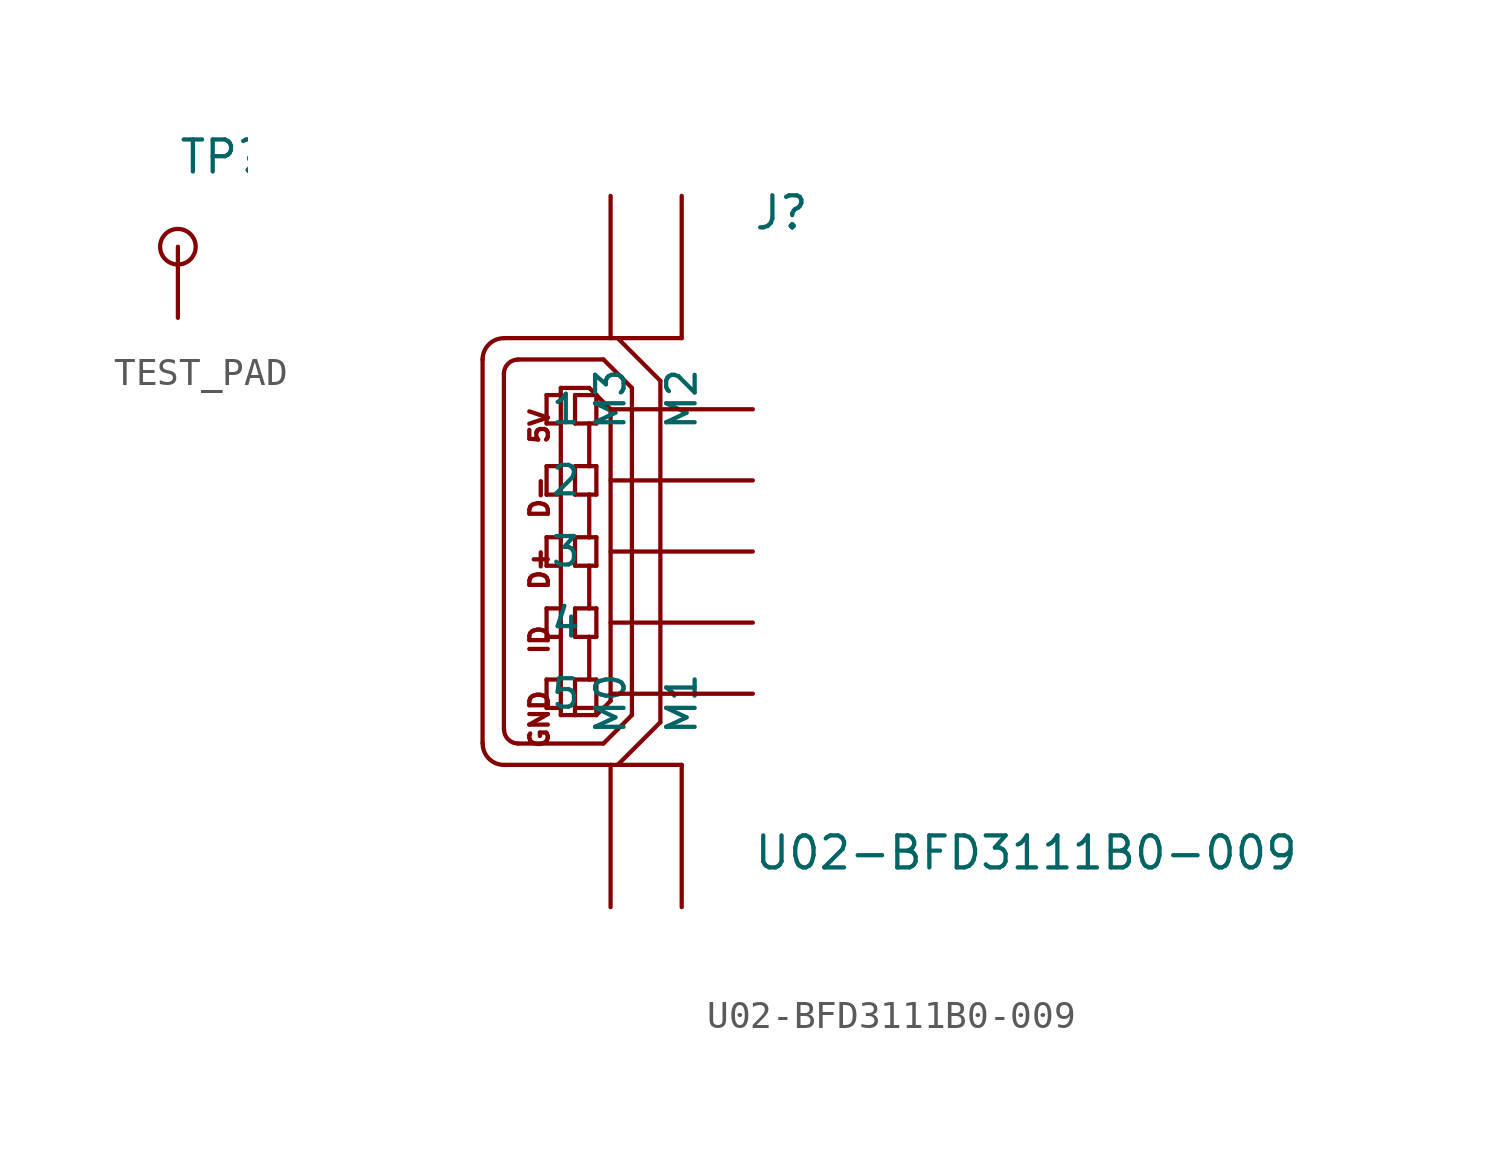
<source format=kicad_sym>
(kicad_symbol_lib
  (version 20211014)
  (generator kicad_symbol_editor)
  (symbol "TEST_PAD"
    (pin_numbers hide)
    (pin_names
      (offset 1.016) hide)
    (property "Reference" "TP"
      (at 0 5.08 0)
      (effects (font (size 1.143 1.143)) (justify left bottom)))
    (property "ki_locked" ""
      (at 0 0 0)
      (effects (font (size 1.27 1.27))))
    (symbol "TEST_PAD_1_1"
      (circle (center 0 2.54) (radius 0.635) (stroke (width 0) (type default) (color 0 0 0 0)) (fill (type none)))
      (pin passive line (at 0 0 90) (length 2.54) (name "PP" (effects (font (size 1.016 1.016)))) (number "1" (effects (font (size 1.016 1.016)))))))
  (symbol "U02-BFD3111B0-009"
    (pin_numbers hide)
    (pin_names
      (offset 1.016))
    (property "Reference" "J"
      (at 5.08 11.43 0)
      (effects (font (size 1.143 1.143)) (justify left bottom)))
    (property "Value" "U02-BFD3111B0-009"
      (at 5.08 -11.43 0)
      (effects (font (size 1.143 1.143)) (justify left bottom)))
    (property "ki_locked" ""
      (at 0 0 0)
      (effects (font (size 1.27 1.27))))
    (symbol "U02-BFD3111B0-009_1_0"
      (polyline (pts (xy -4.572 6.858) (xy -4.572 -6.858)) (stroke (width 0) (type default) (color 0 0 0 0)) (fill (type none)))
      (polyline (pts (xy -3.81 -7.62) (xy 0.254 -7.62)) (stroke (width 0) (type default) (color 0 0 0 0)) (fill (type none)))
      (polyline (pts (xy -3.81 6.35) (xy -3.81 -6.35)) (stroke (width 0) (type default) (color 0 0 0 0)) (fill (type none)))
      (polyline (pts (xy -3.302 -6.858) (xy -0.254 -6.858)) (stroke (width 0) (type default) (color 0 0 0 0)) (fill (type none)))
      (polyline (pts (xy -2.286 -5.588) (xy -1.778 -5.588)) (stroke (width 0) (type default) (color 0 0 0 0)) (fill (type none)))
      (polyline (pts (xy -2.286 -4.572) (xy -2.286 -5.588)) (stroke (width 0) (type default) (color 0 0 0 0)) (fill (type none)))
      (polyline (pts (xy -2.286 -3.048) (xy -1.778 -3.048)) (stroke (width 0) (type default) (color 0 0 0 0)) (fill (type none)))
      (polyline (pts (xy -2.286 -2.032) (xy -2.286 -3.048)) (stroke (width 0) (type default) (color 0 0 0 0)) (fill (type none)))
      (polyline (pts (xy -2.286 -0.508) (xy -1.778 -0.508)) (stroke (width 0) (type default) (color 0 0 0 0)) (fill (type none)))
      (polyline (pts (xy -2.286 0.508) (xy -2.286 -0.508)) (stroke (width 0) (type default) (color 0 0 0 0)) (fill (type none)))
      (polyline (pts (xy -2.286 2.032) (xy -1.778 2.032)) (stroke (width 0) (type default) (color 0 0 0 0)) (fill (type none)))
      (polyline (pts (xy -2.286 3.048) (xy -2.286 2.032)) (stroke (width 0) (type default) (color 0 0 0 0)) (fill (type none)))
      (polyline (pts (xy -2.286 4.572) (xy -1.778 4.572)) (stroke (width 0) (type default) (color 0 0 0 0)) (fill (type none)))
      (polyline (pts (xy -2.286 5.588) (xy -2.286 4.572)) (stroke (width 0) (type default) (color 0 0 0 0)) (fill (type none)))
      (polyline (pts (xy -1.778 -5.842) (xy -1.778 -5.588)) (stroke (width 0) (type default) (color 0 0 0 0)) (fill (type none)))
      (polyline (pts (xy -1.778 -5.588) (xy -1.778 -4.572)) (stroke (width 0) (type default) (color 0 0 0 0)) (fill (type none)))
      (polyline (pts (xy -1.778 -4.572) (xy -2.286 -4.572)) (stroke (width 0) (type default) (color 0 0 0 0)) (fill (type none)))
      (polyline (pts (xy -1.778 -4.572) (xy -1.778 -3.048)) (stroke (width 0) (type default) (color 0 0 0 0)) (fill (type none)))
      (polyline (pts (xy -1.778 -3.048) (xy -1.778 -2.032)) (stroke (width 0) (type default) (color 0 0 0 0)) (fill (type none)))
      (polyline (pts (xy -1.778 -2.032) (xy -2.286 -2.032)) (stroke (width 0) (type default) (color 0 0 0 0)) (fill (type none)))
      (polyline (pts (xy -1.778 -2.032) (xy -1.778 -0.508)) (stroke (width 0) (type default) (color 0 0 0 0)) (fill (type none)))
      (polyline (pts (xy -1.778 -0.508) (xy -1.778 0.508)) (stroke (width 0) (type default) (color 0 0 0 0)) (fill (type none)))
      (polyline (pts (xy -1.778 0.508) (xy -2.286 0.508)) (stroke (width 0) (type default) (color 0 0 0 0)) (fill (type none)))
      (polyline (pts (xy -1.778 0.508) (xy -1.778 2.032)) (stroke (width 0) (type default) (color 0 0 0 0)) (fill (type none)))
      (polyline (pts (xy -1.778 2.032) (xy -1.778 3.048)) (stroke (width 0) (type default) (color 0 0 0 0)) (fill (type none)))
      (polyline (pts (xy -1.778 3.048) (xy -2.286 3.048)) (stroke (width 0) (type default) (color 0 0 0 0)) (fill (type none)))
      (polyline (pts (xy -1.778 3.048) (xy -1.778 4.572)) (stroke (width 0) (type default) (color 0 0 0 0)) (fill (type none)))
      (polyline (pts (xy -1.778 4.572) (xy -1.778 5.588)) (stroke (width 0) (type default) (color 0 0 0 0)) (fill (type none)))
      (polyline (pts (xy -1.778 5.588) (xy -2.286 5.588)) (stroke (width 0) (type default) (color 0 0 0 0)) (fill (type none)))
      (polyline (pts (xy -1.778 5.588) (xy -1.778 5.842)) (stroke (width 0) (type default) (color 0 0 0 0)) (fill (type none)))
      (polyline (pts (xy -1.778 5.842) (xy -0.762 5.842)) (stroke (width 0) (type default) (color 0 0 0 0)) (fill (type none)))
      (polyline (pts (xy -1.27 -5.842) (xy -1.778 -5.842)) (stroke (width 0) (type default) (color 0 0 0 0)) (fill (type none)))
      (polyline (pts (xy -1.27 -5.842) (xy -1.27 -5.588)) (stroke (width 0) (type default) (color 0 0 0 0)) (fill (type none)))
      (polyline (pts (xy -1.27 -5.588) (xy -1.27 -4.572)) (stroke (width 0) (type default) (color 0 0 0 0)) (fill (type none)))
      (polyline (pts (xy -1.27 -5.588) (xy -0.508 -5.588)) (stroke (width 0) (type default) (color 0 0 0 0)) (fill (type none)))
      (polyline (pts (xy -1.27 -4.572) (xy -0.762 -4.572)) (stroke (width 0) (type default) (color 0 0 0 0)) (fill (type none)))
      (polyline (pts (xy -1.27 -3.048) (xy -1.27 -2.032)) (stroke (width 0) (type default) (color 0 0 0 0)) (fill (type none)))
      (polyline (pts (xy -1.27 -2.032) (xy -0.762 -2.032)) (stroke (width 0) (type default) (color 0 0 0 0)) (fill (type none)))
      (polyline (pts (xy -1.27 -0.508) (xy -1.27 0.508)) (stroke (width 0) (type default) (color 0 0 0 0)) (fill (type none)))
      (polyline (pts (xy -1.27 0.508) (xy -0.762 0.508)) (stroke (width 0) (type default) (color 0 0 0 0)) (fill (type none)))
      (polyline (pts (xy -1.27 2.032) (xy -1.27 3.048)) (stroke (width 0) (type default) (color 0 0 0 0)) (fill (type none)))
      (polyline (pts (xy -1.27 3.048) (xy -0.762 3.048)) (stroke (width 0) (type default) (color 0 0 0 0)) (fill (type none)))
      (polyline (pts (xy -1.27 4.572) (xy -1.27 5.588)) (stroke (width 0) (type default) (color 0 0 0 0)) (fill (type none)))
      (polyline (pts (xy -1.27 5.588) (xy -0.508 5.588)) (stroke (width 0) (type default) (color 0 0 0 0)) (fill (type none)))
      (polyline (pts (xy -0.762 -4.572) (xy -0.508 -4.572)) (stroke (width 0) (type default) (color 0 0 0 0)) (fill (type none)))
      (polyline (pts (xy -0.762 -3.048) (xy -1.27 -3.048)) (stroke (width 0) (type default) (color 0 0 0 0)) (fill (type none)))
      (polyline (pts (xy -0.762 -3.048) (xy -0.762 -4.572)) (stroke (width 0) (type default) (color 0 0 0 0)) (fill (type none)))
      (polyline (pts (xy -0.762 -2.032) (xy -0.508 -2.032)) (stroke (width 0) (type default) (color 0 0 0 0)) (fill (type none)))
      (polyline (pts (xy -0.762 -0.508) (xy -1.27 -0.508)) (stroke (width 0) (type default) (color 0 0 0 0)) (fill (type none)))
      (polyline (pts (xy -0.762 -0.508) (xy -0.762 -2.032)) (stroke (width 0) (type default) (color 0 0 0 0)) (fill (type none)))
      (polyline (pts (xy -0.762 0.508) (xy -0.508 0.508)) (stroke (width 0) (type default) (color 0 0 0 0)) (fill (type none)))
      (polyline (pts (xy -0.762 2.032) (xy -1.27 2.032)) (stroke (width 0) (type default) (color 0 0 0 0)) (fill (type none)))
      (polyline (pts (xy -0.762 2.032) (xy -0.762 0.508)) (stroke (width 0) (type default) (color 0 0 0 0)) (fill (type none)))
      (polyline (pts (xy -0.762 3.048) (xy -0.508 3.048)) (stroke (width 0) (type default) (color 0 0 0 0)) (fill (type none)))
      (polyline (pts (xy -0.762 4.572) (xy -1.27 4.572)) (stroke (width 0) (type default) (color 0 0 0 0)) (fill (type none)))
      (polyline (pts (xy -0.762 4.572) (xy -0.762 3.048)) (stroke (width 0) (type default) (color 0 0 0 0)) (fill (type none)))
      (polyline (pts (xy -0.762 5.842) (xy -0.508 5.588)) (stroke (width 0) (type default) (color 0 0 0 0)) (fill (type none)))
      (polyline (pts (xy -0.508 -5.842) (xy -1.27 -5.842)) (stroke (width 0) (type default) (color 0 0 0 0)) (fill (type none)))
      (polyline (pts (xy -0.508 -5.588) (xy -0.508 -5.842)) (stroke (width 0) (type default) (color 0 0 0 0)) (fill (type none)))
      (polyline (pts (xy -0.508 -4.572) (xy -0.508 -5.588)) (stroke (width 0) (type default) (color 0 0 0 0)) (fill (type none)))
      (polyline (pts (xy -0.508 -3.048) (xy -0.762 -3.048)) (stroke (width 0) (type default) (color 0 0 0 0)) (fill (type none)))
      (polyline (pts (xy -0.508 -2.032) (xy -0.508 -3.048)) (stroke (width 0) (type default) (color 0 0 0 0)) (fill (type none)))
      (polyline (pts (xy -0.508 -0.508) (xy -0.762 -0.508)) (stroke (width 0) (type default) (color 0 0 0 0)) (fill (type none)))
      (polyline (pts (xy -0.508 0.508) (xy -0.508 -0.508)) (stroke (width 0) (type default) (color 0 0 0 0)) (fill (type none)))
      (polyline (pts (xy -0.508 2.032) (xy -0.762 2.032)) (stroke (width 0) (type default) (color 0 0 0 0)) (fill (type none)))
      (polyline (pts (xy -0.508 3.048) (xy -0.508 2.032)) (stroke (width 0) (type default) (color 0 0 0 0)) (fill (type none)))
      (polyline (pts (xy -0.508 4.572) (xy -0.762 4.572)) (stroke (width 0) (type default) (color 0 0 0 0)) (fill (type none)))
      (polyline (pts (xy -0.508 5.588) (xy -0.508 4.572)) (stroke (width 0) (type default) (color 0 0 0 0)) (fill (type none)))
      (polyline (pts (xy -0.508 5.588) (xy 0 5.08)) (stroke (width 0) (type default) (color 0 0 0 0)) (fill (type none)))
      (polyline (pts (xy -0.254 -6.858) (xy 0.762 -5.842)) (stroke (width 0) (type default) (color 0 0 0 0)) (fill (type none)))
      (polyline (pts (xy -0.254 6.858) (xy -3.302 6.858)) (stroke (width 0) (type default) (color 0 0 0 0)) (fill (type none)))
      (polyline (pts (xy 0 -5.334) (xy -0.508 -5.842)) (stroke (width 0) (type default) (color 0 0 0 0)) (fill (type none)))
      (polyline (pts (xy 0 5.08) (xy 0 -5.334)) (stroke (width 0) (type default) (color 0 0 0 0)) (fill (type none)))
      (polyline (pts (xy 0.254 -7.62) (xy 1.778 -6.096)) (stroke (width 0) (type default) (color 0 0 0 0)) (fill (type none)))
      (polyline (pts (xy 0.254 -7.62) (xy 2.54 -7.62)) (stroke (width 0) (type default) (color 0 0 0 0)) (fill (type none)))
      (polyline (pts (xy 0.254 7.62) (xy -3.81 7.62)) (stroke (width 0) (type default) (color 0 0 0 0)) (fill (type none)))
      (polyline (pts (xy 0.254 7.62) (xy 2.54 7.62)) (stroke (width 0) (type default) (color 0 0 0 0)) (fill (type none)))
      (polyline (pts (xy 0.762 -5.842) (xy 0.762 5.842)) (stroke (width 0) (type default) (color 0 0 0 0)) (fill (type none)))
      (polyline (pts (xy 0.762 5.842) (xy -0.254 6.858)) (stroke (width 0) (type default) (color 0 0 0 0)) (fill (type none)))
      (polyline (pts (xy 1.778 -6.096) (xy 1.778 6.096)) (stroke (width 0) (type default) (color 0 0 0 0)) (fill (type none)))
      (polyline (pts (xy 1.778 6.096) (xy 0.254 7.62)) (stroke (width 0) (type default) (color 0 0 0 0)) (fill (type none)))
      (text "5V" (at -2.54 4.47 900) (effects (font (size 0.66 0.66))))
      (text "D+" (at -2.54 -0.61 900) (effects (font (size 0.66 0.66))))
      (text "D-" (at -2.54 1.93 900) (effects (font (size 0.66 0.66))))
      (text "GND" (at -2.54 -5.994 900) (effects (font (size 0.66 0.66))))
      (text "ID" (at -2.54 -3.15 900) (effects (font (size 0.66 0.66)))))
    (symbol "U02-BFD3111B0-009_1_1"
      (arc (start -4.572 -6.858) (mid -4.3488 -7.3968) (end -3.81 -7.62) (stroke (width 0) (type default) (color 0 0 0 0)) (fill (type none)))
      (arc (start -3.81 -6.35) (mid -3.6612 -6.7092) (end -3.302 -6.858) (stroke (width 0) (type default) (color 0 0 0 0)) (fill (type none)))
      (arc (start -3.81 7.62) (mid -4.3488 7.3968) (end -4.572 6.858) (stroke (width 0) (type default) (color 0 0 0 0)) (fill (type none)))
      (arc (start -3.302 6.858) (mid -3.6612 6.7092) (end -3.81 6.35) (stroke (width 0) (type default) (color 0 0 0 0)) (fill (type none)))
      (pin passive line (at 5.08 5.08 180) (length 5.08) (name "1" (effects (font (size 1.016 1.016)))) (number "1" (effects (font (size 1.016 1.016)))))
      (pin passive line (at 5.08 2.54 180) (length 5.08) (name "2" (effects (font (size 1.016 1.016)))) (number "2" (effects (font (size 1.016 1.016)))))
      (pin passive line (at 5.08 0 180) (length 5.08) (name "3" (effects (font (size 1.016 1.016)))) (number "3" (effects (font (size 1.016 1.016)))))
      (pin passive line (at 5.08 -2.54 180) (length 5.08) (name "4" (effects (font (size 1.016 1.016)))) (number "4" (effects (font (size 1.016 1.016)))))
      (pin passive line (at 5.08 -5.08 180) (length 5.08) (name "5" (effects (font (size 1.016 1.016)))) (number "5" (effects (font (size 1.016 1.016)))))
      (pin passive line (at 0 -12.7 90) (length 5.08) (name "M0" (effects (font (size 1.016 1.016)))) (number "S$1" (effects (font (size 1.016 1.016)))))
      (pin passive line (at 2.54 -12.7 90) (length 5.08) (name "M1" (effects (font (size 1.016 1.016)))) (number "S$2" (effects (font (size 1.016 1.016)))))
      (pin passive line (at 2.54 12.7 270) (length 5.08) (name "M2" (effects (font (size 1.016 1.016)))) (number "S$3" (effects (font (size 1.016 1.016)))))
      (pin passive line (at 0 12.7 270) (length 5.08) (name "M3" (effects (font (size 1.016 1.016)))) (number "S$4" (effects (font (size 1.016 1.016))))))))
</source>
